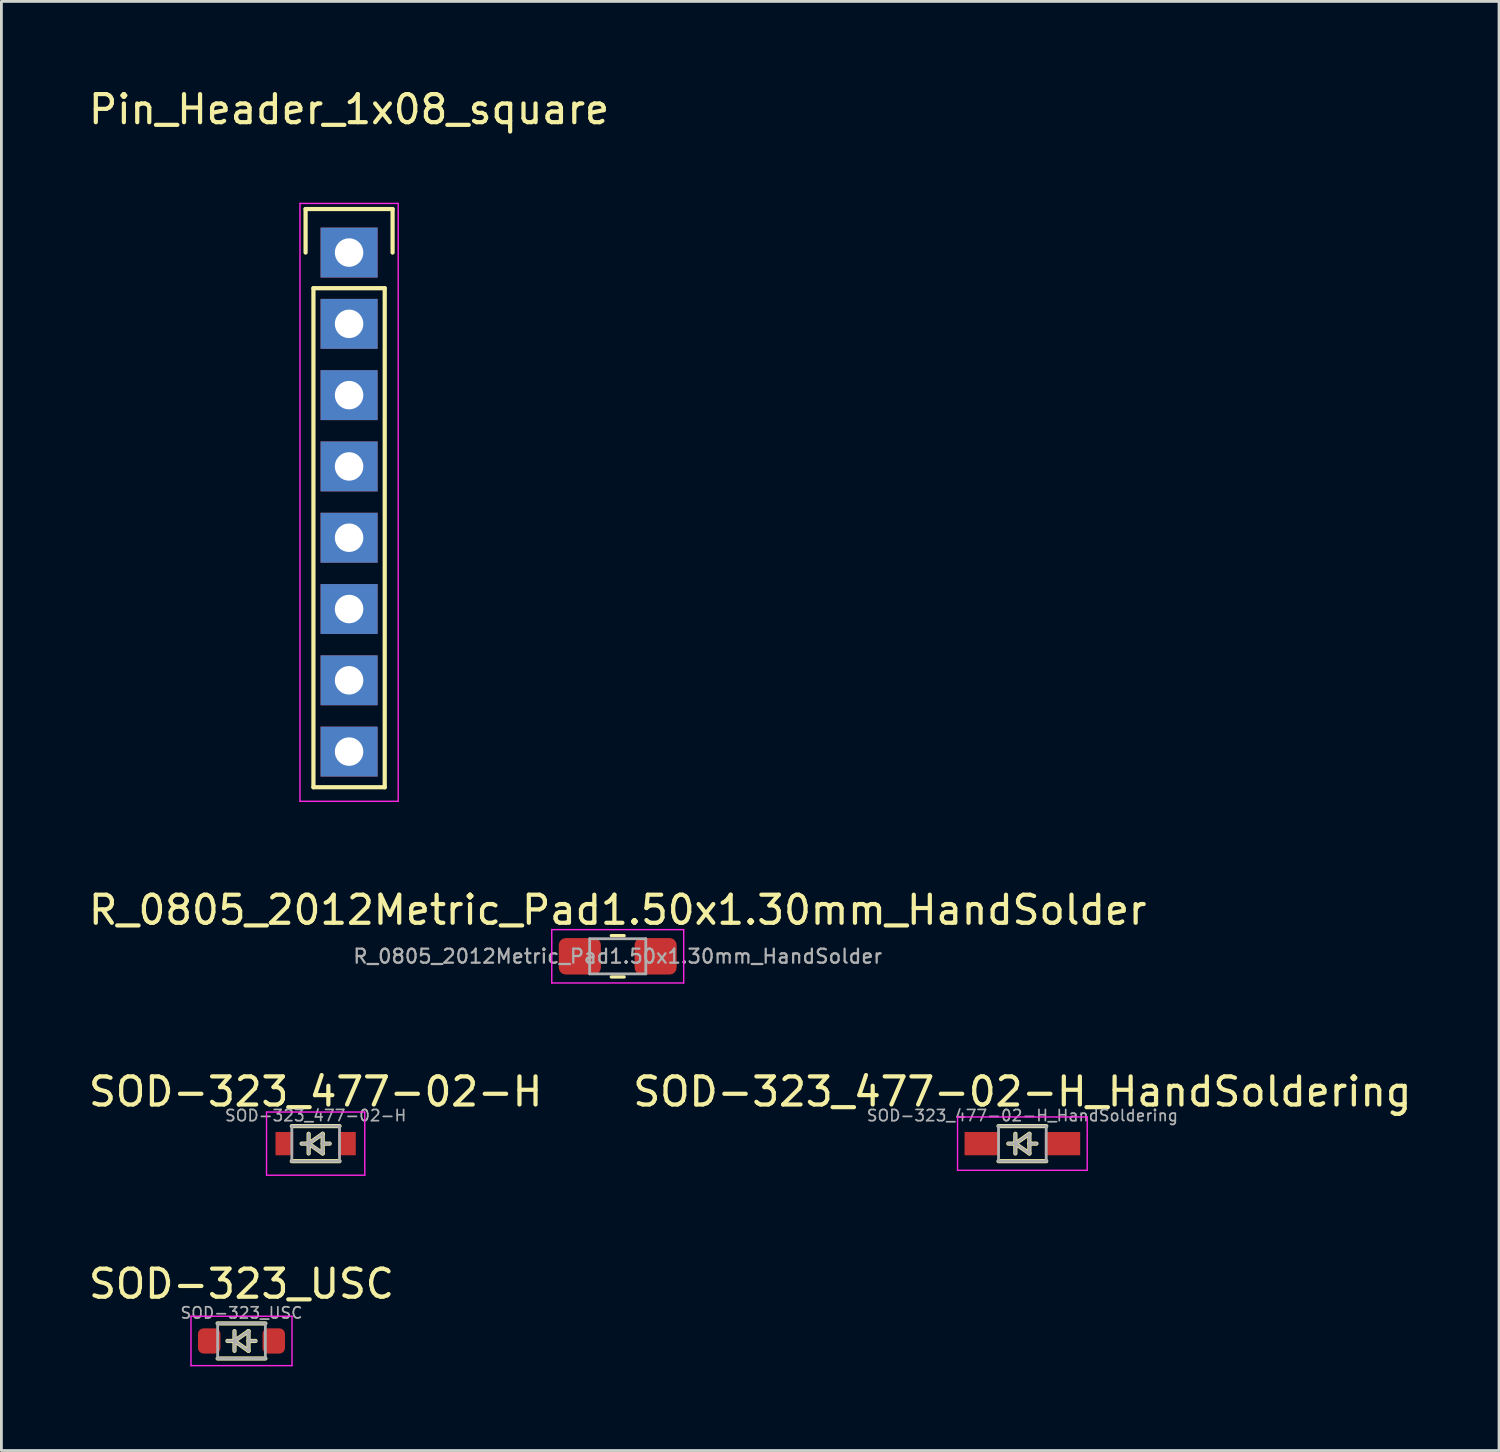
<source format=kicad_pcb>
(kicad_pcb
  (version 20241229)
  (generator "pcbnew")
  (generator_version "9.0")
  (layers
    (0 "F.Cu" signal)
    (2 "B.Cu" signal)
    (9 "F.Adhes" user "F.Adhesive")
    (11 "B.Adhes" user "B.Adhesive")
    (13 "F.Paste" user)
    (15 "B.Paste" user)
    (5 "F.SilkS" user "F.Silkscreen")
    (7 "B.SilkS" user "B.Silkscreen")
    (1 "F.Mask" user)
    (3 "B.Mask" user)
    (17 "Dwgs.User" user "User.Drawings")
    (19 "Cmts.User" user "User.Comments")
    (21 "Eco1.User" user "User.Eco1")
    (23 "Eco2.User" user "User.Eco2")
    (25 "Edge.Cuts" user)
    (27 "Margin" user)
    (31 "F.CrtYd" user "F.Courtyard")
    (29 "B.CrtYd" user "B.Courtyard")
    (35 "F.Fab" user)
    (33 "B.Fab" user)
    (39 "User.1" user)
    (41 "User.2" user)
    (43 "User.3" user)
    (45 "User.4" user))
  (footprint "Pin_Header_1x08_square"
    (layer "F.Cu")
    (at 9.387 5.948)
    (property "Reference" "Pin_Header_1x08_square" (at 0 -5.1 0) (layer "F.SilkS") (effects (font (size 1 1) (thickness 0.15))))
    (attr through_hole)
    (fp_line (start -1.55 -1.55) (end 1.55 -1.55) (stroke (width 0.15) (type solid)) (layer "F.SilkS"))
    (fp_line (start -1.55 0) (end -1.55 -1.55) (stroke (width 0.15) (type solid)) (layer "F.SilkS"))
    (fp_line (start -1.27 19.05) (end -1.27 1.27) (stroke (width 0.15) (type solid)) (layer "F.SilkS"))
    (fp_line (start 1.27 1.27) (end -1.27 1.27) (stroke (width 0.15) (type solid)) (layer "F.SilkS"))
    (fp_line (start 1.27 1.27) (end 1.27 19.05) (stroke (width 0.15) (type solid)) (layer "F.SilkS"))
    (fp_line (start 1.27 19.05) (end -1.27 19.05) (stroke (width 0.15) (type solid)) (layer "F.SilkS"))
    (fp_line (start 1.55 -1.55) (end 1.55 0) (stroke (width 0.15) (type solid)) (layer "F.SilkS"))
    (fp_line (start -1.75 -1.75) (end -1.75 19.55) (stroke (width 0.05) (type solid)) (layer "F.CrtYd"))
    (fp_line (start -1.75 -1.75) (end 1.75 -1.75) (stroke (width 0.05) (type solid)) (layer "F.CrtYd"))
    (fp_line (start -1.75 19.55) (end 1.75 19.55) (stroke (width 0.05) (type solid)) (layer "F.CrtYd"))
    (fp_line (start 1.75 -1.75) (end 1.75 19.55) (stroke (width 0.05) (type solid)) (layer "F.CrtYd"))
    (pad "1" thru_hole rect (at 0 0) (size 2.032 1.778) (drill 1.016) (layers "*.Cu" "*.Mask"))
    (pad "2" thru_hole rect (at 0 2.54) (size 2.032 1.778) (drill 1.016) (layers "*.Cu" "*.Mask"))
    (pad "3" thru_hole rect (at 0 5.08) (size 2.032 1.778) (drill 1.016) (layers "*.Cu" "*.Mask"))
    (pad "4" thru_hole rect (at 0 7.62) (size 2.032 1.778) (drill 1.016) (layers "*.Cu" "*.Mask"))
    (pad "5" thru_hole rect (at 0 10.16) (size 2.032 1.778) (drill 1.016) (layers "*.Cu" "*.Mask"))
    (pad "6" thru_hole rect (at 0 12.7) (size 2.032 1.778) (drill 1.016) (layers "*.Cu" "*.Mask"))
    (pad "7" thru_hole rect (at 0 15.24) (size 2.032 1.778) (drill 1.016) (layers "*.Cu" "*.Mask"))
    (pad "8" thru_hole rect (at 0 17.78) (size 2.032 1.778) (drill 1.016) (layers "*.Cu" "*.Mask")))
  (footprint "SOD-323_477-02-H"
    (layer "F.Cu")
    (at 8.196 37.695)
    (property "Reference" "SOD-323_477-02-H" (at 0 -1.85 0) (layer "F.SilkS") (effects (font (size 1 1) (thickness 0.15))))
    (attr smd)
    (fp_line (start -0.85 -0.625) (end 0.85 -0.625) (stroke (width 0.15) (type solid)) (layer "F.SilkS"))
    (fp_line (start -0.85 0.625) (end 0.85 0.625) (stroke (width 0.15) (type solid)) (layer "F.SilkS"))
    (fp_line (start -0.25 -0.35) (end -0.25 0.35) (stroke (width 0.15) (type solid)) (layer "F.SilkS"))
    (fp_line (start -0.25 0) (end -0.5 0) (stroke (width 0.15) (type solid)) (layer "F.SilkS"))
    (fp_line (start -0.25 0) (end 0.25 -0.35) (stroke (width 0.15) (type solid)) (layer "F.SilkS"))
    (fp_line (start 0.25 -0.35) (end 0.25 0.35) (stroke (width 0.15) (type solid)) (layer "F.SilkS"))
    (fp_line (start 0.25 0) (end 0.5 0) (stroke (width 0.15) (type solid)) (layer "F.SilkS"))
    (fp_line (start 0.25 0.35) (end -0.25 0) (stroke (width 0.15) (type solid)) (layer "F.SilkS"))
    (fp_line (start -1.75 -1.125) (end -1.75 1.125) (stroke (width 0.05) (type solid)) (layer "F.CrtYd"))
    (fp_line (start -1.75 -1.125) (end 1.75 -1.125) (stroke (width 0.05) (type solid)) (layer "F.CrtYd"))
    (fp_line (start -1.75 1.125) (end 1.75 1.125) (stroke (width 0.05) (type solid)) (layer "F.CrtYd"))
    (fp_line (start 1.75 -1.125) (end 1.75 1.125) (stroke (width 0.05) (type solid)) (layer "F.CrtYd"))
    (fp_line (start -0.85 -0.625) (end -0.85 0.625) (stroke (width 0.1) (type solid)) (layer "F.Fab"))
    (fp_line (start -0.85 0.625) (end 0.85 0.625) (stroke (width 0.1) (type solid)) (layer "F.Fab"))
    (fp_line (start -0.25 -0.35) (end -0.25 0.35) (stroke (width 0.1) (type solid)) (layer "F.Fab"))
    (fp_line (start -0.25 0) (end -0.5 0) (stroke (width 0.1) (type solid)) (layer "F.Fab"))
    (fp_line (start -0.25 0) (end 0.25 -0.35) (stroke (width 0.1) (type solid)) (layer "F.Fab"))
    (fp_line (start 0.25 -0.35) (end 0.25 0.35) (stroke (width 0.1) (type solid)) (layer "F.Fab"))
    (fp_line (start 0.25 0) (end 0.5 0) (stroke (width 0.1) (type solid)) (layer "F.Fab"))
    (fp_line (start 0.25 0.35) (end -0.25 0) (stroke (width 0.1) (type solid)) (layer "F.Fab"))
    (fp_line (start 0.85 -0.625) (end -0.85 -0.625) (stroke (width 0.1) (type solid)) (layer "F.Fab"))
    (fp_line (start 0.85 0.625) (end 0.85 -0.625) (stroke (width 0.1) (type solid)) (layer "F.Fab"))
    (fp_text user "${REFERENCE}" (at 0 -1 0) (layer "F.Fab") (effects (font (size 0.4 0.4) (thickness 0.06))))
    (pad "1" smd rect (at -1.115 0) (size 0.63 0.83) (layers "F.Cu" "F.Mask" "F.Paste"))
    (pad "2" smd rect (at 1.115 0) (size 0.63 0.83) (layers "F.Cu" "F.Mask" "F.Paste")))
  (footprint "R_0805_2012Metric_Pad1.50x1.30mm_HandSolder"
    (layer "F.Cu")
    (at 18.958 31.021)
    (property "Reference" "R_0805_2012Metric_Pad1.50x1.30mm_HandSolder" (at 0 -1.65 0) (layer "F.SilkS") (effects (font (size 1 1) (thickness 0.15))))
    (attr smd)
    (fp_line (start -0.227 -0.735) (end 0.227 -0.735) (stroke (width 0.12) (type solid)) (layer "F.SilkS"))
    (fp_line (start -0.227 0.735) (end 0.227 0.735) (stroke (width 0.12) (type solid)) (layer "F.SilkS"))
    (fp_line (start -2.35 -0.95) (end 2.35 -0.95) (stroke (width 0.05) (type solid)) (layer "F.CrtYd"))
    (fp_line (start -2.35 0.95) (end -2.35 -0.95) (stroke (width 0.05) (type solid)) (layer "F.CrtYd"))
    (fp_line (start 2.35 -0.95) (end 2.35 0.95) (stroke (width 0.05) (type solid)) (layer "F.CrtYd"))
    (fp_line (start 2.35 0.95) (end -2.35 0.95) (stroke (width 0.05) (type solid)) (layer "F.CrtYd"))
    (fp_line (start -1 -0.625) (end 1 -0.625) (stroke (width 0.1) (type solid)) (layer "F.Fab"))
    (fp_line (start -1 0.625) (end -1 -0.625) (stroke (width 0.1) (type solid)) (layer "F.Fab"))
    (fp_line (start 1 -0.625) (end 1 0.625) (stroke (width 0.1) (type solid)) (layer "F.Fab"))
    (fp_line (start 1 0.625) (end -1 0.625) (stroke (width 0.1) (type solid)) (layer "F.Fab"))
    (fp_text user "${REFERENCE}" (at 0 0 0) (layer "F.Fab") (effects (font (size 0.5 0.5) (thickness 0.08))))
    (pad "1" smd roundrect (at -1.35 0) (size 1.5 1.3) (layers "F.Cu" "F.Mask" "F.Paste") (roundrect_rratio 0.192))
    (pad "2" smd roundrect (at 1.35 0) (size 1.5 1.3) (layers "F.Cu" "F.Mask" "F.Paste") (roundrect_rratio 0.192)))
  (footprint "SOD-323_USC"
    (layer "F.Cu")
    (at 5.554 44.725)
    (property "Reference" "SOD-323_USC" (at 0 -2.032 0) (layer "F.SilkS") (effects (font (size 1 1) (thickness 0.15))))
    (attr smd)
    (fp_line (start -0.85 -0.625) (end 0.85 -0.625) (stroke (width 0.15) (type solid)) (layer "F.SilkS"))
    (fp_line (start -0.85 0.625) (end 0.85 0.625) (stroke (width 0.15) (type solid)) (layer "F.SilkS"))
    (fp_line (start -0.25 -0.35) (end -0.25 0.35) (stroke (width 0.15) (type solid)) (layer "F.SilkS"))
    (fp_line (start -0.25 0) (end -0.5 0) (stroke (width 0.15) (type solid)) (layer "F.SilkS"))
    (fp_line (start -0.25 0) (end 0.25 -0.35) (stroke (width 0.15) (type solid)) (layer "F.SilkS"))
    (fp_line (start 0.25 -0.35) (end 0.25 0.35) (stroke (width 0.15) (type solid)) (layer "F.SilkS"))
    (fp_line (start 0.25 0) (end 0.5 0) (stroke (width 0.15) (type solid)) (layer "F.SilkS"))
    (fp_line (start 0.25 0.35) (end -0.25 0) (stroke (width 0.15) (type solid)) (layer "F.SilkS"))
    (fp_line (start -1.8 -0.88) (end -1.8 0.88) (stroke (width 0.05) (type solid)) (layer "F.CrtYd"))
    (fp_line (start -1.8 -0.88) (end 1.8 -0.88) (stroke (width 0.05) (type solid)) (layer "F.CrtYd"))
    (fp_line (start -1.8 0.88) (end 1.8 0.88) (stroke (width 0.05) (type solid)) (layer "F.CrtYd"))
    (fp_line (start 1.8 -0.88) (end 1.8 0.88) (stroke (width 0.05) (type solid)) (layer "F.CrtYd"))
    (fp_line (start -0.85 -0.625) (end -0.85 0.625) (stroke (width 0.1) (type solid)) (layer "F.Fab"))
    (fp_line (start -0.85 0.625) (end 0.85 0.625) (stroke (width 0.1) (type solid)) (layer "F.Fab"))
    (fp_line (start -0.25 -0.35) (end -0.25 0.35) (stroke (width 0.1) (type solid)) (layer "F.Fab"))
    (fp_line (start -0.25 0) (end -0.5 0) (stroke (width 0.1) (type solid)) (layer "F.Fab"))
    (fp_line (start -0.25 0) (end 0.25 -0.35) (stroke (width 0.1) (type solid)) (layer "F.Fab"))
    (fp_line (start 0.25 -0.35) (end 0.25 0.35) (stroke (width 0.1) (type solid)) (layer "F.Fab"))
    (fp_line (start 0.25 0) (end 0.5 0) (stroke (width 0.1) (type solid)) (layer "F.Fab"))
    (fp_line (start 0.25 0.35) (end -0.25 0) (stroke (width 0.1) (type solid)) (layer "F.Fab"))
    (fp_line (start 0.85 -0.625) (end -0.85 -0.625) (stroke (width 0.1) (type solid)) (layer "F.Fab"))
    (fp_line (start 0.85 0.625) (end 0.85 -0.625) (stroke (width 0.1) (type solid)) (layer "F.Fab"))
    (fp_text user "${REFERENCE}" (at 0 -1 0) (layer "F.Fab") (effects (font (size 0.4 0.4) (thickness 0.06))))
    (pad "1" smd roundrect (at -1.15 0) (size 0.8 0.9) (layers "F.Cu" "F.Mask" "F.Paste") (roundrect_rratio 0.25))
    (pad "2" smd roundrect (at 1.15 0) (size 0.8 0.9) (layers "F.Cu" "F.Mask" "F.Paste") (roundrect_rratio 0.25)))
  (footprint "SOD-323_477-02-H_HandSoldering"
    (layer "F.Cu")
    (at 33.375 37.695)
    (property "Reference" "SOD-323_477-02-H_HandSoldering" (at 0 -1.85 0) (layer "F.SilkS") (effects (font (size 1 1) (thickness 0.15))))
    (attr smd)
    (fp_line (start -0.85 -0.625) (end 0.85 -0.625) (stroke (width 0.15) (type solid)) (layer "F.SilkS"))
    (fp_line (start -0.85 0.625) (end 0.85 0.625) (stroke (width 0.15) (type solid)) (layer "F.SilkS"))
    (fp_line (start -0.25 -0.35) (end -0.25 0.35) (stroke (width 0.15) (type solid)) (layer "F.SilkS"))
    (fp_line (start -0.25 0) (end -0.5 0) (stroke (width 0.15) (type solid)) (layer "F.SilkS"))
    (fp_line (start -0.25 0) (end 0.25 -0.35) (stroke (width 0.15) (type solid)) (layer "F.SilkS"))
    (fp_line (start 0.25 -0.35) (end 0.25 0.35) (stroke (width 0.15) (type solid)) (layer "F.SilkS"))
    (fp_line (start 0.25 0) (end 0.5 0) (stroke (width 0.15) (type solid)) (layer "F.SilkS"))
    (fp_line (start 0.25 0.35) (end -0.25 0) (stroke (width 0.15) (type solid)) (layer "F.SilkS"))
    (fp_line (start -2.31 -0.95) (end -2.31 0.95) (stroke (width 0.05) (type solid)) (layer "F.CrtYd"))
    (fp_line (start -2.31 -0.95) (end 2.31 -0.95) (stroke (width 0.05) (type solid)) (layer "F.CrtYd"))
    (fp_line (start -2.31 0.95) (end 2.31 0.95) (stroke (width 0.05) (type solid)) (layer "F.CrtYd"))
    (fp_line (start 2.31 -0.95) (end 2.31 0.95) (stroke (width 0.05) (type solid)) (layer "F.CrtYd"))
    (fp_line (start -0.85 -0.625) (end -0.85 0.625) (stroke (width 0.1) (type solid)) (layer "F.Fab"))
    (fp_line (start -0.85 0.625) (end 0.85 0.625) (stroke (width 0.1) (type solid)) (layer "F.Fab"))
    (fp_line (start -0.25 -0.35) (end -0.25 0.35) (stroke (width 0.1) (type solid)) (layer "F.Fab"))
    (fp_line (start -0.25 0) (end -0.5 0) (stroke (width 0.1) (type solid)) (layer "F.Fab"))
    (fp_line (start -0.25 0) (end 0.25 -0.35) (stroke (width 0.1) (type solid)) (layer "F.Fab"))
    (fp_line (start 0.25 -0.35) (end 0.25 0.35) (stroke (width 0.1) (type solid)) (layer "F.Fab"))
    (fp_line (start 0.25 0) (end 0.5 0) (stroke (width 0.1) (type solid)) (layer "F.Fab"))
    (fp_line (start 0.25 0.35) (end -0.25 0) (stroke (width 0.1) (type solid)) (layer "F.Fab"))
    (fp_line (start 0.85 -0.625) (end -0.85 -0.625) (stroke (width 0.1) (type solid)) (layer "F.Fab"))
    (fp_line (start 0.85 0.625) (end 0.85 -0.625) (stroke (width 0.1) (type solid)) (layer "F.Fab"))
    (fp_text user "${REFERENCE}" (at 0 -1 0) (layer "F.Fab") (effects (font (size 0.4 0.4) (thickness 0.06))))
    (pad "1" smd rect (at -1.43 0) (size 1.26 0.83) (layers "F.Cu" "F.Mask" "F.Paste"))
    (pad "2" smd rect (at 1.43 0) (size 1.26 0.83) (layers "F.Cu" "F.Mask" "F.Paste")))
  (gr_rect
    (start -3 -3)
    (end 50.357 48.63)
    (stroke (width 0.1) (type default))
    (fill no)
    (layer "Edge.Cuts")))
</source>
